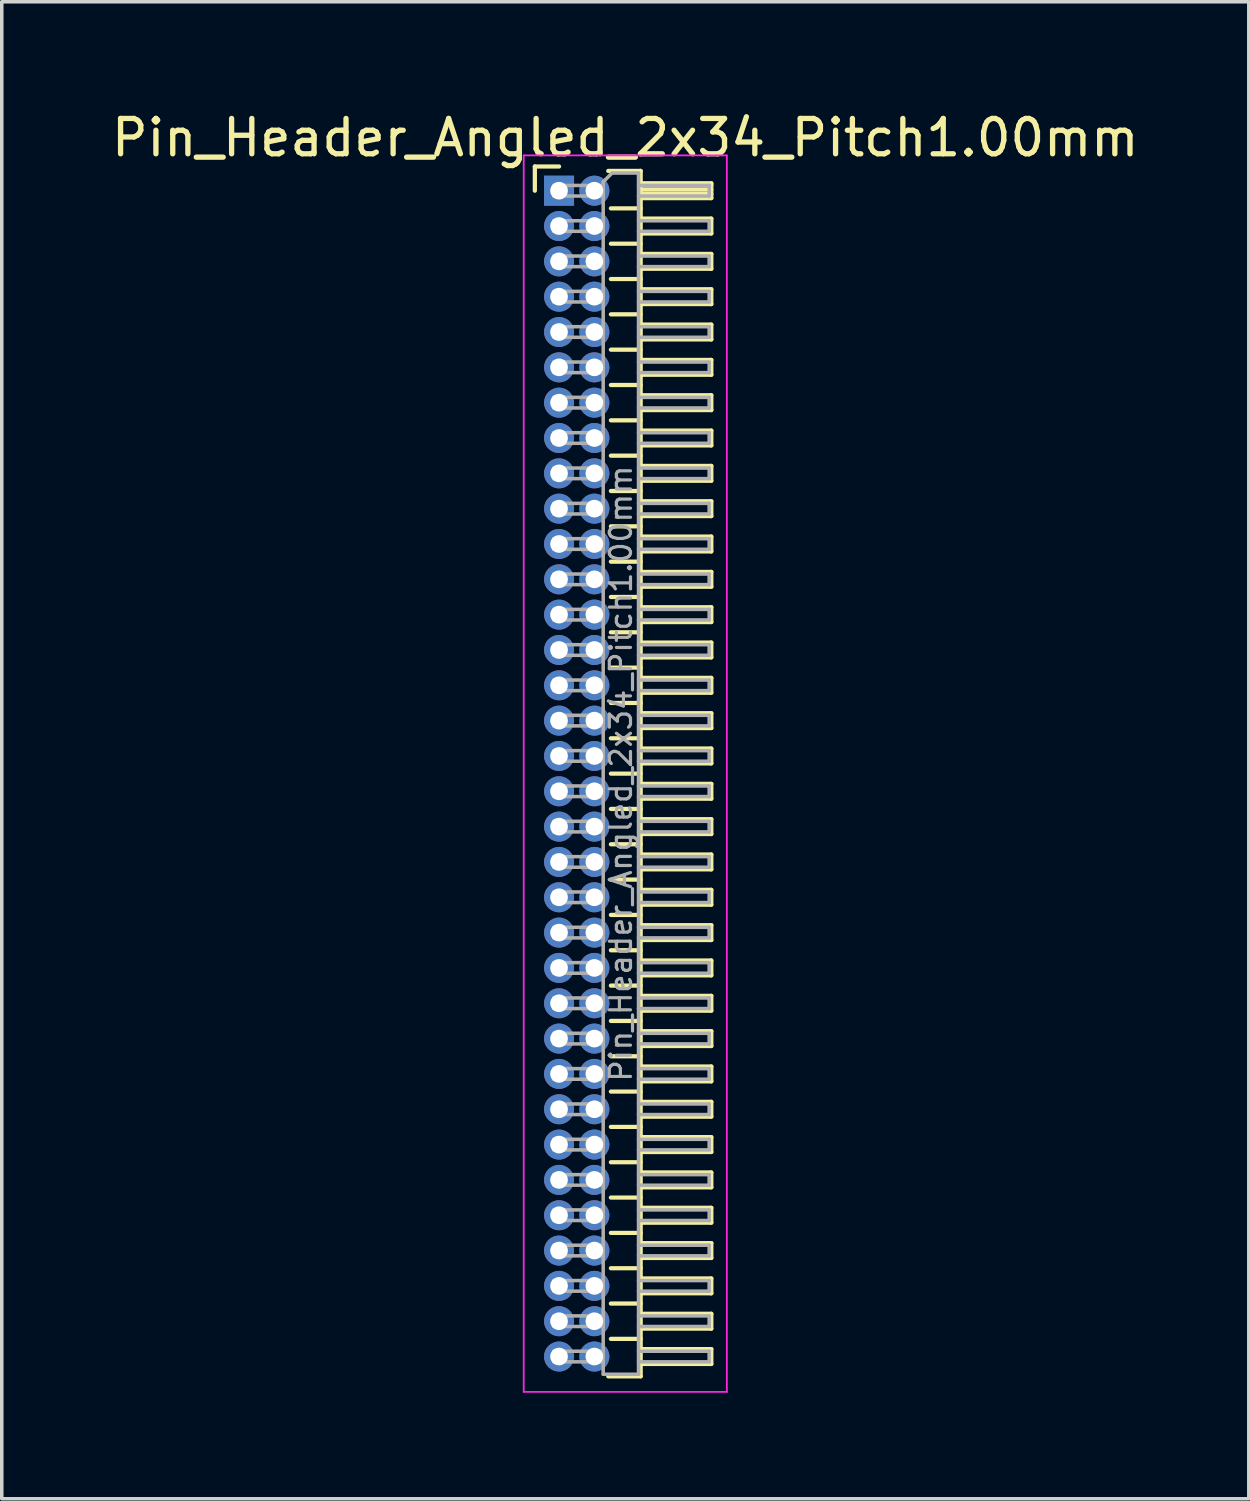
<source format=kicad_pcb>
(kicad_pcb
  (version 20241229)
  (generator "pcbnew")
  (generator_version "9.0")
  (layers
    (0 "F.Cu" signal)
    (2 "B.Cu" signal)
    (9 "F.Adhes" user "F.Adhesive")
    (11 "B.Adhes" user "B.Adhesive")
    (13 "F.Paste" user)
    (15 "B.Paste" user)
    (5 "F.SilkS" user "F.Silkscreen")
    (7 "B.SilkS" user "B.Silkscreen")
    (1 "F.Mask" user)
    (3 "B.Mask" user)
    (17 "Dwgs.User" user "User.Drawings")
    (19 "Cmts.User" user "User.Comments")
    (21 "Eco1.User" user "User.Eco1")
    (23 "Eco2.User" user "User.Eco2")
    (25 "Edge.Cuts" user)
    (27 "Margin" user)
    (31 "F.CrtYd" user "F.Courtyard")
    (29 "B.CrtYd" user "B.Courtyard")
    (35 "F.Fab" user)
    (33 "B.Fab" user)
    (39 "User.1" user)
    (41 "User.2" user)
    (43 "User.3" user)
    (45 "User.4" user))
  (footprint "Pin_Header_Angled_2x34_Pitch1.00mm"
    (layer "F.Cu")
    (at 12.774 2.348)
    (property "Reference" "Pin_Header_Angled_2x34_Pitch1.00mm" (at 1.875 -1.5 0) (layer "F.SilkS") (effects (font (size 1 1) (thickness 0.15))))
    (attr through_hole)
    (fp_line (start -0.685 -0.685) (end 0 -0.685) (stroke (width 0.12) (type solid)) (layer "F.SilkS"))
    (fp_line (start -0.685 0) (end -0.685 -0.685) (stroke (width 0.12) (type solid)) (layer "F.SilkS"))
    (fp_line (start 1.394 -0.56) (end 2.31 -0.56) (stroke (width 0.12) (type solid)) (layer "F.SilkS"))
    (fp_line (start 1.468 0.5) (end 2.31 0.5) (stroke (width 0.12) (type solid)) (layer "F.SilkS"))
    (fp_line (start 1.468 1.5) (end 2.31 1.5) (stroke (width 0.12) (type solid)) (layer "F.SilkS"))
    (fp_line (start 1.468 2.5) (end 2.31 2.5) (stroke (width 0.12) (type solid)) (layer "F.SilkS"))
    (fp_line (start 1.468 3.5) (end 2.31 3.5) (stroke (width 0.12) (type solid)) (layer "F.SilkS"))
    (fp_line (start 1.468 4.5) (end 2.31 4.5) (stroke (width 0.12) (type solid)) (layer "F.SilkS"))
    (fp_line (start 1.468 5.5) (end 2.31 5.5) (stroke (width 0.12) (type solid)) (layer "F.SilkS"))
    (fp_line (start 1.468 6.5) (end 2.31 6.5) (stroke (width 0.12) (type solid)) (layer "F.SilkS"))
    (fp_line (start 1.468 7.5) (end 2.31 7.5) (stroke (width 0.12) (type solid)) (layer "F.SilkS"))
    (fp_line (start 1.468 8.5) (end 2.31 8.5) (stroke (width 0.12) (type solid)) (layer "F.SilkS"))
    (fp_line (start 1.468 9.5) (end 2.31 9.5) (stroke (width 0.12) (type solid)) (layer "F.SilkS"))
    (fp_line (start 1.468 10.5) (end 2.31 10.5) (stroke (width 0.12) (type solid)) (layer "F.SilkS"))
    (fp_line (start 1.468 11.5) (end 2.31 11.5) (stroke (width 0.12) (type solid)) (layer "F.SilkS"))
    (fp_line (start 1.468 12.5) (end 2.31 12.5) (stroke (width 0.12) (type solid)) (layer "F.SilkS"))
    (fp_line (start 1.468 13.5) (end 2.31 13.5) (stroke (width 0.12) (type solid)) (layer "F.SilkS"))
    (fp_line (start 1.468 14.5) (end 2.31 14.5) (stroke (width 0.12) (type solid)) (layer "F.SilkS"))
    (fp_line (start 1.468 15.5) (end 2.31 15.5) (stroke (width 0.12) (type solid)) (layer "F.SilkS"))
    (fp_line (start 1.468 16.5) (end 2.31 16.5) (stroke (width 0.12) (type solid)) (layer "F.SilkS"))
    (fp_line (start 1.468 17.5) (end 2.31 17.5) (stroke (width 0.12) (type solid)) (layer "F.SilkS"))
    (fp_line (start 1.468 18.5) (end 2.31 18.5) (stroke (width 0.12) (type solid)) (layer "F.SilkS"))
    (fp_line (start 1.468 19.5) (end 2.31 19.5) (stroke (width 0.12) (type solid)) (layer "F.SilkS"))
    (fp_line (start 1.468 20.5) (end 2.31 20.5) (stroke (width 0.12) (type solid)) (layer "F.SilkS"))
    (fp_line (start 1.468 21.5) (end 2.31 21.5) (stroke (width 0.12) (type solid)) (layer "F.SilkS"))
    (fp_line (start 1.468 22.5) (end 2.31 22.5) (stroke (width 0.12) (type solid)) (layer "F.SilkS"))
    (fp_line (start 1.468 23.5) (end 2.31 23.5) (stroke (width 0.12) (type solid)) (layer "F.SilkS"))
    (fp_line (start 1.468 24.5) (end 2.31 24.5) (stroke (width 0.12) (type solid)) (layer "F.SilkS"))
    (fp_line (start 1.468 25.5) (end 2.31 25.5) (stroke (width 0.12) (type solid)) (layer "F.SilkS"))
    (fp_line (start 1.468 26.5) (end 2.31 26.5) (stroke (width 0.12) (type solid)) (layer "F.SilkS"))
    (fp_line (start 1.468 27.5) (end 2.31 27.5) (stroke (width 0.12) (type solid)) (layer "F.SilkS"))
    (fp_line (start 1.468 28.5) (end 2.31 28.5) (stroke (width 0.12) (type solid)) (layer "F.SilkS"))
    (fp_line (start 1.468 29.5) (end 2.31 29.5) (stroke (width 0.12) (type solid)) (layer "F.SilkS"))
    (fp_line (start 1.468 30.5) (end 2.31 30.5) (stroke (width 0.12) (type solid)) (layer "F.SilkS"))
    (fp_line (start 1.468 31.5) (end 2.31 31.5) (stroke (width 0.12) (type solid)) (layer "F.SilkS"))
    (fp_line (start 1.468 32.5) (end 2.31 32.5) (stroke (width 0.12) (type solid)) (layer "F.SilkS"))
    (fp_line (start 2.31 -0.56) (end 2.31 33.56) (stroke (width 0.12) (type solid)) (layer "F.SilkS"))
    (fp_line (start 2.31 -0.21) (end 4.31 -0.21) (stroke (width 0.12) (type solid)) (layer "F.SilkS"))
    (fp_line (start 2.31 -0.15) (end 4.31 -0.15) (stroke (width 0.12) (type solid)) (layer "F.SilkS"))
    (fp_line (start 2.31 -0.03) (end 4.31 -0.03) (stroke (width 0.12) (type solid)) (layer "F.SilkS"))
    (fp_line (start 2.31 0.09) (end 4.31 0.09) (stroke (width 0.12) (type solid)) (layer "F.SilkS"))
    (fp_line (start 2.31 0.79) (end 4.31 0.79) (stroke (width 0.12) (type solid)) (layer "F.SilkS"))
    (fp_line (start 2.31 1.79) (end 4.31 1.79) (stroke (width 0.12) (type solid)) (layer "F.SilkS"))
    (fp_line (start 2.31 2.79) (end 4.31 2.79) (stroke (width 0.12) (type solid)) (layer "F.SilkS"))
    (fp_line (start 2.31 3.79) (end 4.31 3.79) (stroke (width 0.12) (type solid)) (layer "F.SilkS"))
    (fp_line (start 2.31 4.79) (end 4.31 4.79) (stroke (width 0.12) (type solid)) (layer "F.SilkS"))
    (fp_line (start 2.31 5.79) (end 4.31 5.79) (stroke (width 0.12) (type solid)) (layer "F.SilkS"))
    (fp_line (start 2.31 6.79) (end 4.31 6.79) (stroke (width 0.12) (type solid)) (layer "F.SilkS"))
    (fp_line (start 2.31 7.79) (end 4.31 7.79) (stroke (width 0.12) (type solid)) (layer "F.SilkS"))
    (fp_line (start 2.31 8.79) (end 4.31 8.79) (stroke (width 0.12) (type solid)) (layer "F.SilkS"))
    (fp_line (start 2.31 9.79) (end 4.31 9.79) (stroke (width 0.12) (type solid)) (layer "F.SilkS"))
    (fp_line (start 2.31 10.79) (end 4.31 10.79) (stroke (width 0.12) (type solid)) (layer "F.SilkS"))
    (fp_line (start 2.31 11.79) (end 4.31 11.79) (stroke (width 0.12) (type solid)) (layer "F.SilkS"))
    (fp_line (start 2.31 12.79) (end 4.31 12.79) (stroke (width 0.12) (type solid)) (layer "F.SilkS"))
    (fp_line (start 2.31 13.79) (end 4.31 13.79) (stroke (width 0.12) (type solid)) (layer "F.SilkS"))
    (fp_line (start 2.31 14.79) (end 4.31 14.79) (stroke (width 0.12) (type solid)) (layer "F.SilkS"))
    (fp_line (start 2.31 15.79) (end 4.31 15.79) (stroke (width 0.12) (type solid)) (layer "F.SilkS"))
    (fp_line (start 2.31 16.79) (end 4.31 16.79) (stroke (width 0.12) (type solid)) (layer "F.SilkS"))
    (fp_line (start 2.31 17.79) (end 4.31 17.79) (stroke (width 0.12) (type solid)) (layer "F.SilkS"))
    (fp_line (start 2.31 18.79) (end 4.31 18.79) (stroke (width 0.12) (type solid)) (layer "F.SilkS"))
    (fp_line (start 2.31 19.79) (end 4.31 19.79) (stroke (width 0.12) (type solid)) (layer "F.SilkS"))
    (fp_line (start 2.31 20.79) (end 4.31 20.79) (stroke (width 0.12) (type solid)) (layer "F.SilkS"))
    (fp_line (start 2.31 21.79) (end 4.31 21.79) (stroke (width 0.12) (type solid)) (layer "F.SilkS"))
    (fp_line (start 2.31 22.79) (end 4.31 22.79) (stroke (width 0.12) (type solid)) (layer "F.SilkS"))
    (fp_line (start 2.31 23.79) (end 4.31 23.79) (stroke (width 0.12) (type solid)) (layer "F.SilkS"))
    (fp_line (start 2.31 24.79) (end 4.31 24.79) (stroke (width 0.12) (type solid)) (layer "F.SilkS"))
    (fp_line (start 2.31 25.79) (end 4.31 25.79) (stroke (width 0.12) (type solid)) (layer "F.SilkS"))
    (fp_line (start 2.31 26.79) (end 4.31 26.79) (stroke (width 0.12) (type solid)) (layer "F.SilkS"))
    (fp_line (start 2.31 27.79) (end 4.31 27.79) (stroke (width 0.12) (type solid)) (layer "F.SilkS"))
    (fp_line (start 2.31 28.79) (end 4.31 28.79) (stroke (width 0.12) (type solid)) (layer "F.SilkS"))
    (fp_line (start 2.31 29.79) (end 4.31 29.79) (stroke (width 0.12) (type solid)) (layer "F.SilkS"))
    (fp_line (start 2.31 30.79) (end 4.31 30.79) (stroke (width 0.12) (type solid)) (layer "F.SilkS"))
    (fp_line (start 2.31 31.79) (end 4.31 31.79) (stroke (width 0.12) (type solid)) (layer "F.SilkS"))
    (fp_line (start 2.31 32.79) (end 4.31 32.79) (stroke (width 0.12) (type solid)) (layer "F.SilkS"))
    (fp_line (start 2.31 33.56) (end 1.394 33.56) (stroke (width 0.12) (type solid)) (layer "F.SilkS"))
    (fp_line (start 4.31 -0.21) (end 4.31 0.21) (stroke (width 0.12) (type solid)) (layer "F.SilkS"))
    (fp_line (start 4.31 0.21) (end 2.31 0.21) (stroke (width 0.12) (type solid)) (layer "F.SilkS"))
    (fp_line (start 4.31 0.79) (end 4.31 1.21) (stroke (width 0.12) (type solid)) (layer "F.SilkS"))
    (fp_line (start 4.31 1.21) (end 2.31 1.21) (stroke (width 0.12) (type solid)) (layer "F.SilkS"))
    (fp_line (start 4.31 1.79) (end 4.31 2.21) (stroke (width 0.12) (type solid)) (layer "F.SilkS"))
    (fp_line (start 4.31 2.21) (end 2.31 2.21) (stroke (width 0.12) (type solid)) (layer "F.SilkS"))
    (fp_line (start 4.31 2.79) (end 4.31 3.21) (stroke (width 0.12) (type solid)) (layer "F.SilkS"))
    (fp_line (start 4.31 3.21) (end 2.31 3.21) (stroke (width 0.12) (type solid)) (layer "F.SilkS"))
    (fp_line (start 4.31 3.79) (end 4.31 4.21) (stroke (width 0.12) (type solid)) (layer "F.SilkS"))
    (fp_line (start 4.31 4.21) (end 2.31 4.21) (stroke (width 0.12) (type solid)) (layer "F.SilkS"))
    (fp_line (start 4.31 4.79) (end 4.31 5.21) (stroke (width 0.12) (type solid)) (layer "F.SilkS"))
    (fp_line (start 4.31 5.21) (end 2.31 5.21) (stroke (width 0.12) (type solid)) (layer "F.SilkS"))
    (fp_line (start 4.31 5.79) (end 4.31 6.21) (stroke (width 0.12) (type solid)) (layer "F.SilkS"))
    (fp_line (start 4.31 6.21) (end 2.31 6.21) (stroke (width 0.12) (type solid)) (layer "F.SilkS"))
    (fp_line (start 4.31 6.79) (end 4.31 7.21) (stroke (width 0.12) (type solid)) (layer "F.SilkS"))
    (fp_line (start 4.31 7.21) (end 2.31 7.21) (stroke (width 0.12) (type solid)) (layer "F.SilkS"))
    (fp_line (start 4.31 7.79) (end 4.31 8.21) (stroke (width 0.12) (type solid)) (layer "F.SilkS"))
    (fp_line (start 4.31 8.21) (end 2.31 8.21) (stroke (width 0.12) (type solid)) (layer "F.SilkS"))
    (fp_line (start 4.31 8.79) (end 4.31 9.21) (stroke (width 0.12) (type solid)) (layer "F.SilkS"))
    (fp_line (start 4.31 9.21) (end 2.31 9.21) (stroke (width 0.12) (type solid)) (layer "F.SilkS"))
    (fp_line (start 4.31 9.79) (end 4.31 10.21) (stroke (width 0.12) (type solid)) (layer "F.SilkS"))
    (fp_line (start 4.31 10.21) (end 2.31 10.21) (stroke (width 0.12) (type solid)) (layer "F.SilkS"))
    (fp_line (start 4.31 10.79) (end 4.31 11.21) (stroke (width 0.12) (type solid)) (layer "F.SilkS"))
    (fp_line (start 4.31 11.21) (end 2.31 11.21) (stroke (width 0.12) (type solid)) (layer "F.SilkS"))
    (fp_line (start 4.31 11.79) (end 4.31 12.21) (stroke (width 0.12) (type solid)) (layer "F.SilkS"))
    (fp_line (start 4.31 12.21) (end 2.31 12.21) (stroke (width 0.12) (type solid)) (layer "F.SilkS"))
    (fp_line (start 4.31 12.79) (end 4.31 13.21) (stroke (width 0.12) (type solid)) (layer "F.SilkS"))
    (fp_line (start 4.31 13.21) (end 2.31 13.21) (stroke (width 0.12) (type solid)) (layer "F.SilkS"))
    (fp_line (start 4.31 13.79) (end 4.31 14.21) (stroke (width 0.12) (type solid)) (layer "F.SilkS"))
    (fp_line (start 4.31 14.21) (end 2.31 14.21) (stroke (width 0.12) (type solid)) (layer "F.SilkS"))
    (fp_line (start 4.31 14.79) (end 4.31 15.21) (stroke (width 0.12) (type solid)) (layer "F.SilkS"))
    (fp_line (start 4.31 15.21) (end 2.31 15.21) (stroke (width 0.12) (type solid)) (layer "F.SilkS"))
    (fp_line (start 4.31 15.79) (end 4.31 16.21) (stroke (width 0.12) (type solid)) (layer "F.SilkS"))
    (fp_line (start 4.31 16.21) (end 2.31 16.21) (stroke (width 0.12) (type solid)) (layer "F.SilkS"))
    (fp_line (start 4.31 16.79) (end 4.31 17.21) (stroke (width 0.12) (type solid)) (layer "F.SilkS"))
    (fp_line (start 4.31 17.21) (end 2.31 17.21) (stroke (width 0.12) (type solid)) (layer "F.SilkS"))
    (fp_line (start 4.31 17.79) (end 4.31 18.21) (stroke (width 0.12) (type solid)) (layer "F.SilkS"))
    (fp_line (start 4.31 18.21) (end 2.31 18.21) (stroke (width 0.12) (type solid)) (layer "F.SilkS"))
    (fp_line (start 4.31 18.79) (end 4.31 19.21) (stroke (width 0.12) (type solid)) (layer "F.SilkS"))
    (fp_line (start 4.31 19.21) (end 2.31 19.21) (stroke (width 0.12) (type solid)) (layer "F.SilkS"))
    (fp_line (start 4.31 19.79) (end 4.31 20.21) (stroke (width 0.12) (type solid)) (layer "F.SilkS"))
    (fp_line (start 4.31 20.21) (end 2.31 20.21) (stroke (width 0.12) (type solid)) (layer "F.SilkS"))
    (fp_line (start 4.31 20.79) (end 4.31 21.21) (stroke (width 0.12) (type solid)) (layer "F.SilkS"))
    (fp_line (start 4.31 21.21) (end 2.31 21.21) (stroke (width 0.12) (type solid)) (layer "F.SilkS"))
    (fp_line (start 4.31 21.79) (end 4.31 22.21) (stroke (width 0.12) (type solid)) (layer "F.SilkS"))
    (fp_line (start 4.31 22.21) (end 2.31 22.21) (stroke (width 0.12) (type solid)) (layer "F.SilkS"))
    (fp_line (start 4.31 22.79) (end 4.31 23.21) (stroke (width 0.12) (type solid)) (layer "F.SilkS"))
    (fp_line (start 4.31 23.21) (end 2.31 23.21) (stroke (width 0.12) (type solid)) (layer "F.SilkS"))
    (fp_line (start 4.31 23.79) (end 4.31 24.21) (stroke (width 0.12) (type solid)) (layer "F.SilkS"))
    (fp_line (start 4.31 24.21) (end 2.31 24.21) (stroke (width 0.12) (type solid)) (layer "F.SilkS"))
    (fp_line (start 4.31 24.79) (end 4.31 25.21) (stroke (width 0.12) (type solid)) (layer "F.SilkS"))
    (fp_line (start 4.31 25.21) (end 2.31 25.21) (stroke (width 0.12) (type solid)) (layer "F.SilkS"))
    (fp_line (start 4.31 25.79) (end 4.31 26.21) (stroke (width 0.12) (type solid)) (layer "F.SilkS"))
    (fp_line (start 4.31 26.21) (end 2.31 26.21) (stroke (width 0.12) (type solid)) (layer "F.SilkS"))
    (fp_line (start 4.31 26.79) (end 4.31 27.21) (stroke (width 0.12) (type solid)) (layer "F.SilkS"))
    (fp_line (start 4.31 27.21) (end 2.31 27.21) (stroke (width 0.12) (type solid)) (layer "F.SilkS"))
    (fp_line (start 4.31 27.79) (end 4.31 28.21) (stroke (width 0.12) (type solid)) (layer "F.SilkS"))
    (fp_line (start 4.31 28.21) (end 2.31 28.21) (stroke (width 0.12) (type solid)) (layer "F.SilkS"))
    (fp_line (start 4.31 28.79) (end 4.31 29.21) (stroke (width 0.12) (type solid)) (layer "F.SilkS"))
    (fp_line (start 4.31 29.21) (end 2.31 29.21) (stroke (width 0.12) (type solid)) (layer "F.SilkS"))
    (fp_line (start 4.31 29.79) (end 4.31 30.21) (stroke (width 0.12) (type solid)) (layer "F.SilkS"))
    (fp_line (start 4.31 30.21) (end 2.31 30.21) (stroke (width 0.12) (type solid)) (layer "F.SilkS"))
    (fp_line (start 4.31 30.79) (end 4.31 31.21) (stroke (width 0.12) (type solid)) (layer "F.SilkS"))
    (fp_line (start 4.31 31.21) (end 2.31 31.21) (stroke (width 0.12) (type solid)) (layer "F.SilkS"))
    (fp_line (start 4.31 31.79) (end 4.31 32.21) (stroke (width 0.12) (type solid)) (layer "F.SilkS"))
    (fp_line (start 4.31 32.21) (end 2.31 32.21) (stroke (width 0.12) (type solid)) (layer "F.SilkS"))
    (fp_line (start 4.31 32.79) (end 4.31 33.21) (stroke (width 0.12) (type solid)) (layer "F.SilkS"))
    (fp_line (start 4.31 33.21) (end 2.31 33.21) (stroke (width 0.12) (type solid)) (layer "F.SilkS"))
    (fp_line (start -1 -1) (end -1 34) (stroke (width 0.05) (type solid)) (layer "F.CrtYd"))
    (fp_line (start -1 34) (end 4.75 34) (stroke (width 0.05) (type solid)) (layer "F.CrtYd"))
    (fp_line (start 4.75 -1) (end -1 -1) (stroke (width 0.05) (type solid)) (layer "F.CrtYd"))
    (fp_line (start 4.75 34) (end 4.75 -1) (stroke (width 0.05) (type solid)) (layer "F.CrtYd"))
    (fp_line (start -0.15 -0.15) (end -0.15 0.15) (stroke (width 0.1) (type solid)) (layer "F.Fab"))
    (fp_line (start -0.15 -0.15) (end 1.25 -0.15) (stroke (width 0.1) (type solid)) (layer "F.Fab"))
    (fp_line (start -0.15 0.15) (end 1.25 0.15) (stroke (width 0.1) (type solid)) (layer "F.Fab"))
    (fp_line (start -0.15 0.85) (end -0.15 1.15) (stroke (width 0.1) (type solid)) (layer "F.Fab"))
    (fp_line (start -0.15 0.85) (end 1.25 0.85) (stroke (width 0.1) (type solid)) (layer "F.Fab"))
    (fp_line (start -0.15 1.15) (end 1.25 1.15) (stroke (width 0.1) (type solid)) (layer "F.Fab"))
    (fp_line (start -0.15 1.85) (end -0.15 2.15) (stroke (width 0.1) (type solid)) (layer "F.Fab"))
    (fp_line (start -0.15 1.85) (end 1.25 1.85) (stroke (width 0.1) (type solid)) (layer "F.Fab"))
    (fp_line (start -0.15 2.15) (end 1.25 2.15) (stroke (width 0.1) (type solid)) (layer "F.Fab"))
    (fp_line (start -0.15 2.85) (end -0.15 3.15) (stroke (width 0.1) (type solid)) (layer "F.Fab"))
    (fp_line (start -0.15 2.85) (end 1.25 2.85) (stroke (width 0.1) (type solid)) (layer "F.Fab"))
    (fp_line (start -0.15 3.15) (end 1.25 3.15) (stroke (width 0.1) (type solid)) (layer "F.Fab"))
    (fp_line (start -0.15 3.85) (end -0.15 4.15) (stroke (width 0.1) (type solid)) (layer "F.Fab"))
    (fp_line (start -0.15 3.85) (end 1.25 3.85) (stroke (width 0.1) (type solid)) (layer "F.Fab"))
    (fp_line (start -0.15 4.15) (end 1.25 4.15) (stroke (width 0.1) (type solid)) (layer "F.Fab"))
    (fp_line (start -0.15 4.85) (end -0.15 5.15) (stroke (width 0.1) (type solid)) (layer "F.Fab"))
    (fp_line (start -0.15 4.85) (end 1.25 4.85) (stroke (width 0.1) (type solid)) (layer "F.Fab"))
    (fp_line (start -0.15 5.15) (end 1.25 5.15) (stroke (width 0.1) (type solid)) (layer "F.Fab"))
    (fp_line (start -0.15 5.85) (end -0.15 6.15) (stroke (width 0.1) (type solid)) (layer "F.Fab"))
    (fp_line (start -0.15 5.85) (end 1.25 5.85) (stroke (width 0.1) (type solid)) (layer "F.Fab"))
    (fp_line (start -0.15 6.15) (end 1.25 6.15) (stroke (width 0.1) (type solid)) (layer "F.Fab"))
    (fp_line (start -0.15 6.85) (end -0.15 7.15) (stroke (width 0.1) (type solid)) (layer "F.Fab"))
    (fp_line (start -0.15 6.85) (end 1.25 6.85) (stroke (width 0.1) (type solid)) (layer "F.Fab"))
    (fp_line (start -0.15 7.15) (end 1.25 7.15) (stroke (width 0.1) (type solid)) (layer "F.Fab"))
    (fp_line (start -0.15 7.85) (end -0.15 8.15) (stroke (width 0.1) (type solid)) (layer "F.Fab"))
    (fp_line (start -0.15 7.85) (end 1.25 7.85) (stroke (width 0.1) (type solid)) (layer "F.Fab"))
    (fp_line (start -0.15 8.15) (end 1.25 8.15) (stroke (width 0.1) (type solid)) (layer "F.Fab"))
    (fp_line (start -0.15 8.85) (end -0.15 9.15) (stroke (width 0.1) (type solid)) (layer "F.Fab"))
    (fp_line (start -0.15 8.85) (end 1.25 8.85) (stroke (width 0.1) (type solid)) (layer "F.Fab"))
    (fp_line (start -0.15 9.15) (end 1.25 9.15) (stroke (width 0.1) (type solid)) (layer "F.Fab"))
    (fp_line (start -0.15 9.85) (end -0.15 10.15) (stroke (width 0.1) (type solid)) (layer "F.Fab"))
    (fp_line (start -0.15 9.85) (end 1.25 9.85) (stroke (width 0.1) (type solid)) (layer "F.Fab"))
    (fp_line (start -0.15 10.15) (end 1.25 10.15) (stroke (width 0.1) (type solid)) (layer "F.Fab"))
    (fp_line (start -0.15 10.85) (end -0.15 11.15) (stroke (width 0.1) (type solid)) (layer "F.Fab"))
    (fp_line (start -0.15 10.85) (end 1.25 10.85) (stroke (width 0.1) (type solid)) (layer "F.Fab"))
    (fp_line (start -0.15 11.15) (end 1.25 11.15) (stroke (width 0.1) (type solid)) (layer "F.Fab"))
    (fp_line (start -0.15 11.85) (end -0.15 12.15) (stroke (width 0.1) (type solid)) (layer "F.Fab"))
    (fp_line (start -0.15 11.85) (end 1.25 11.85) (stroke (width 0.1) (type solid)) (layer "F.Fab"))
    (fp_line (start -0.15 12.15) (end 1.25 12.15) (stroke (width 0.1) (type solid)) (layer "F.Fab"))
    (fp_line (start -0.15 12.85) (end -0.15 13.15) (stroke (width 0.1) (type solid)) (layer "F.Fab"))
    (fp_line (start -0.15 12.85) (end 1.25 12.85) (stroke (width 0.1) (type solid)) (layer "F.Fab"))
    (fp_line (start -0.15 13.15) (end 1.25 13.15) (stroke (width 0.1) (type solid)) (layer "F.Fab"))
    (fp_line (start -0.15 13.85) (end -0.15 14.15) (stroke (width 0.1) (type solid)) (layer "F.Fab"))
    (fp_line (start -0.15 13.85) (end 1.25 13.85) (stroke (width 0.1) (type solid)) (layer "F.Fab"))
    (fp_line (start -0.15 14.15) (end 1.25 14.15) (stroke (width 0.1) (type solid)) (layer "F.Fab"))
    (fp_line (start -0.15 14.85) (end -0.15 15.15) (stroke (width 0.1) (type solid)) (layer "F.Fab"))
    (fp_line (start -0.15 14.85) (end 1.25 14.85) (stroke (width 0.1) (type solid)) (layer "F.Fab"))
    (fp_line (start -0.15 15.15) (end 1.25 15.15) (stroke (width 0.1) (type solid)) (layer "F.Fab"))
    (fp_line (start -0.15 15.85) (end -0.15 16.15) (stroke (width 0.1) (type solid)) (layer "F.Fab"))
    (fp_line (start -0.15 15.85) (end 1.25 15.85) (stroke (width 0.1) (type solid)) (layer "F.Fab"))
    (fp_line (start -0.15 16.15) (end 1.25 16.15) (stroke (width 0.1) (type solid)) (layer "F.Fab"))
    (fp_line (start -0.15 16.85) (end -0.15 17.15) (stroke (width 0.1) (type solid)) (layer "F.Fab"))
    (fp_line (start -0.15 16.85) (end 1.25 16.85) (stroke (width 0.1) (type solid)) (layer "F.Fab"))
    (fp_line (start -0.15 17.15) (end 1.25 17.15) (stroke (width 0.1) (type solid)) (layer "F.Fab"))
    (fp_line (start -0.15 17.85) (end -0.15 18.15) (stroke (width 0.1) (type solid)) (layer "F.Fab"))
    (fp_line (start -0.15 17.85) (end 1.25 17.85) (stroke (width 0.1) (type solid)) (layer "F.Fab"))
    (fp_line (start -0.15 18.15) (end 1.25 18.15) (stroke (width 0.1) (type solid)) (layer "F.Fab"))
    (fp_line (start -0.15 18.85) (end -0.15 19.15) (stroke (width 0.1) (type solid)) (layer "F.Fab"))
    (fp_line (start -0.15 18.85) (end 1.25 18.85) (stroke (width 0.1) (type solid)) (layer "F.Fab"))
    (fp_line (start -0.15 19.15) (end 1.25 19.15) (stroke (width 0.1) (type solid)) (layer "F.Fab"))
    (fp_line (start -0.15 19.85) (end -0.15 20.15) (stroke (width 0.1) (type solid)) (layer "F.Fab"))
    (fp_line (start -0.15 19.85) (end 1.25 19.85) (stroke (width 0.1) (type solid)) (layer "F.Fab"))
    (fp_line (start -0.15 20.15) (end 1.25 20.15) (stroke (width 0.1) (type solid)) (layer "F.Fab"))
    (fp_line (start -0.15 20.85) (end -0.15 21.15) (stroke (width 0.1) (type solid)) (layer "F.Fab"))
    (fp_line (start -0.15 20.85) (end 1.25 20.85) (stroke (width 0.1) (type solid)) (layer "F.Fab"))
    (fp_line (start -0.15 21.15) (end 1.25 21.15) (stroke (width 0.1) (type solid)) (layer "F.Fab"))
    (fp_line (start -0.15 21.85) (end -0.15 22.15) (stroke (width 0.1) (type solid)) (layer "F.Fab"))
    (fp_line (start -0.15 21.85) (end 1.25 21.85) (stroke (width 0.1) (type solid)) (layer "F.Fab"))
    (fp_line (start -0.15 22.15) (end 1.25 22.15) (stroke (width 0.1) (type solid)) (layer "F.Fab"))
    (fp_line (start -0.15 22.85) (end -0.15 23.15) (stroke (width 0.1) (type solid)) (layer "F.Fab"))
    (fp_line (start -0.15 22.85) (end 1.25 22.85) (stroke (width 0.1) (type solid)) (layer "F.Fab"))
    (fp_line (start -0.15 23.15) (end 1.25 23.15) (stroke (width 0.1) (type solid)) (layer "F.Fab"))
    (fp_line (start -0.15 23.85) (end -0.15 24.15) (stroke (width 0.1) (type solid)) (layer "F.Fab"))
    (fp_line (start -0.15 23.85) (end 1.25 23.85) (stroke (width 0.1) (type solid)) (layer "F.Fab"))
    (fp_line (start -0.15 24.15) (end 1.25 24.15) (stroke (width 0.1) (type solid)) (layer "F.Fab"))
    (fp_line (start -0.15 24.85) (end -0.15 25.15) (stroke (width 0.1) (type solid)) (layer "F.Fab"))
    (fp_line (start -0.15 24.85) (end 1.25 24.85) (stroke (width 0.1) (type solid)) (layer "F.Fab"))
    (fp_line (start -0.15 25.15) (end 1.25 25.15) (stroke (width 0.1) (type solid)) (layer "F.Fab"))
    (fp_line (start -0.15 25.85) (end -0.15 26.15) (stroke (width 0.1) (type solid)) (layer "F.Fab"))
    (fp_line (start -0.15 25.85) (end 1.25 25.85) (stroke (width 0.1) (type solid)) (layer "F.Fab"))
    (fp_line (start -0.15 26.15) (end 1.25 26.15) (stroke (width 0.1) (type solid)) (layer "F.Fab"))
    (fp_line (start -0.15 26.85) (end -0.15 27.15) (stroke (width 0.1) (type solid)) (layer "F.Fab"))
    (fp_line (start -0.15 26.85) (end 1.25 26.85) (stroke (width 0.1) (type solid)) (layer "F.Fab"))
    (fp_line (start -0.15 27.15) (end 1.25 27.15) (stroke (width 0.1) (type solid)) (layer "F.Fab"))
    (fp_line (start -0.15 27.85) (end -0.15 28.15) (stroke (width 0.1) (type solid)) (layer "F.Fab"))
    (fp_line (start -0.15 27.85) (end 1.25 27.85) (stroke (width 0.1) (type solid)) (layer "F.Fab"))
    (fp_line (start -0.15 28.15) (end 1.25 28.15) (stroke (width 0.1) (type solid)) (layer "F.Fab"))
    (fp_line (start -0.15 28.85) (end -0.15 29.15) (stroke (width 0.1) (type solid)) (layer "F.Fab"))
    (fp_line (start -0.15 28.85) (end 1.25 28.85) (stroke (width 0.1) (type solid)) (layer "F.Fab"))
    (fp_line (start -0.15 29.15) (end 1.25 29.15) (stroke (width 0.1) (type solid)) (layer "F.Fab"))
    (fp_line (start -0.15 29.85) (end -0.15 30.15) (stroke (width 0.1) (type solid)) (layer "F.Fab"))
    (fp_line (start -0.15 29.85) (end 1.25 29.85) (stroke (width 0.1) (type solid)) (layer "F.Fab"))
    (fp_line (start -0.15 30.15) (end 1.25 30.15) (stroke (width 0.1) (type solid)) (layer "F.Fab"))
    (fp_line (start -0.15 30.85) (end -0.15 31.15) (stroke (width 0.1) (type solid)) (layer "F.Fab"))
    (fp_line (start -0.15 30.85) (end 1.25 30.85) (stroke (width 0.1) (type solid)) (layer "F.Fab"))
    (fp_line (start -0.15 31.15) (end 1.25 31.15) (stroke (width 0.1) (type solid)) (layer "F.Fab"))
    (fp_line (start -0.15 31.85) (end -0.15 32.15) (stroke (width 0.1) (type solid)) (layer "F.Fab"))
    (fp_line (start -0.15 31.85) (end 1.25 31.85) (stroke (width 0.1) (type solid)) (layer "F.Fab"))
    (fp_line (start -0.15 32.15) (end 1.25 32.15) (stroke (width 0.1) (type solid)) (layer "F.Fab"))
    (fp_line (start -0.15 32.85) (end -0.15 33.15) (stroke (width 0.1) (type solid)) (layer "F.Fab"))
    (fp_line (start -0.15 32.85) (end 1.25 32.85) (stroke (width 0.1) (type solid)) (layer "F.Fab"))
    (fp_line (start -0.15 33.15) (end 1.25 33.15) (stroke (width 0.1) (type solid)) (layer "F.Fab"))
    (fp_line (start 1.25 -0.25) (end 1.5 -0.5) (stroke (width 0.1) (type solid)) (layer "F.Fab"))
    (fp_line (start 1.25 33.5) (end 1.25 -0.25) (stroke (width 0.1) (type solid)) (layer "F.Fab"))
    (fp_line (start 1.5 -0.5) (end 2.25 -0.5) (stroke (width 0.1) (type solid)) (layer "F.Fab"))
    (fp_line (start 2.25 -0.5) (end 2.25 33.5) (stroke (width 0.1) (type solid)) (layer "F.Fab"))
    (fp_line (start 2.25 -0.15) (end 4.25 -0.15) (stroke (width 0.1) (type solid)) (layer "F.Fab"))
    (fp_line (start 2.25 0.15) (end 4.25 0.15) (stroke (width 0.1) (type solid)) (layer "F.Fab"))
    (fp_line (start 2.25 0.85) (end 4.25 0.85) (stroke (width 0.1) (type solid)) (layer "F.Fab"))
    (fp_line (start 2.25 1.15) (end 4.25 1.15) (stroke (width 0.1) (type solid)) (layer "F.Fab"))
    (fp_line (start 2.25 1.85) (end 4.25 1.85) (stroke (width 0.1) (type solid)) (layer "F.Fab"))
    (fp_line (start 2.25 2.15) (end 4.25 2.15) (stroke (width 0.1) (type solid)) (layer "F.Fab"))
    (fp_line (start 2.25 2.85) (end 4.25 2.85) (stroke (width 0.1) (type solid)) (layer "F.Fab"))
    (fp_line (start 2.25 3.15) (end 4.25 3.15) (stroke (width 0.1) (type solid)) (layer "F.Fab"))
    (fp_line (start 2.25 3.85) (end 4.25 3.85) (stroke (width 0.1) (type solid)) (layer "F.Fab"))
    (fp_line (start 2.25 4.15) (end 4.25 4.15) (stroke (width 0.1) (type solid)) (layer "F.Fab"))
    (fp_line (start 2.25 4.85) (end 4.25 4.85) (stroke (width 0.1) (type solid)) (layer "F.Fab"))
    (fp_line (start 2.25 5.15) (end 4.25 5.15) (stroke (width 0.1) (type solid)) (layer "F.Fab"))
    (fp_line (start 2.25 5.85) (end 4.25 5.85) (stroke (width 0.1) (type solid)) (layer "F.Fab"))
    (fp_line (start 2.25 6.15) (end 4.25 6.15) (stroke (width 0.1) (type solid)) (layer "F.Fab"))
    (fp_line (start 2.25 6.85) (end 4.25 6.85) (stroke (width 0.1) (type solid)) (layer "F.Fab"))
    (fp_line (start 2.25 7.15) (end 4.25 7.15) (stroke (width 0.1) (type solid)) (layer "F.Fab"))
    (fp_line (start 2.25 7.85) (end 4.25 7.85) (stroke (width 0.1) (type solid)) (layer "F.Fab"))
    (fp_line (start 2.25 8.15) (end 4.25 8.15) (stroke (width 0.1) (type solid)) (layer "F.Fab"))
    (fp_line (start 2.25 8.85) (end 4.25 8.85) (stroke (width 0.1) (type solid)) (layer "F.Fab"))
    (fp_line (start 2.25 9.15) (end 4.25 9.15) (stroke (width 0.1) (type solid)) (layer "F.Fab"))
    (fp_line (start 2.25 9.85) (end 4.25 9.85) (stroke (width 0.1) (type solid)) (layer "F.Fab"))
    (fp_line (start 2.25 10.15) (end 4.25 10.15) (stroke (width 0.1) (type solid)) (layer "F.Fab"))
    (fp_line (start 2.25 10.85) (end 4.25 10.85) (stroke (width 0.1) (type solid)) (layer "F.Fab"))
    (fp_line (start 2.25 11.15) (end 4.25 11.15) (stroke (width 0.1) (type solid)) (layer "F.Fab"))
    (fp_line (start 2.25 11.85) (end 4.25 11.85) (stroke (width 0.1) (type solid)) (layer "F.Fab"))
    (fp_line (start 2.25 12.15) (end 4.25 12.15) (stroke (width 0.1) (type solid)) (layer "F.Fab"))
    (fp_line (start 2.25 12.85) (end 4.25 12.85) (stroke (width 0.1) (type solid)) (layer "F.Fab"))
    (fp_line (start 2.25 13.15) (end 4.25 13.15) (stroke (width 0.1) (type solid)) (layer "F.Fab"))
    (fp_line (start 2.25 13.85) (end 4.25 13.85) (stroke (width 0.1) (type solid)) (layer "F.Fab"))
    (fp_line (start 2.25 14.15) (end 4.25 14.15) (stroke (width 0.1) (type solid)) (layer "F.Fab"))
    (fp_line (start 2.25 14.85) (end 4.25 14.85) (stroke (width 0.1) (type solid)) (layer "F.Fab"))
    (fp_line (start 2.25 15.15) (end 4.25 15.15) (stroke (width 0.1) (type solid)) (layer "F.Fab"))
    (fp_line (start 2.25 15.85) (end 4.25 15.85) (stroke (width 0.1) (type solid)) (layer "F.Fab"))
    (fp_line (start 2.25 16.15) (end 4.25 16.15) (stroke (width 0.1) (type solid)) (layer "F.Fab"))
    (fp_line (start 2.25 16.85) (end 4.25 16.85) (stroke (width 0.1) (type solid)) (layer "F.Fab"))
    (fp_line (start 2.25 17.15) (end 4.25 17.15) (stroke (width 0.1) (type solid)) (layer "F.Fab"))
    (fp_line (start 2.25 17.85) (end 4.25 17.85) (stroke (width 0.1) (type solid)) (layer "F.Fab"))
    (fp_line (start 2.25 18.15) (end 4.25 18.15) (stroke (width 0.1) (type solid)) (layer "F.Fab"))
    (fp_line (start 2.25 18.85) (end 4.25 18.85) (stroke (width 0.1) (type solid)) (layer "F.Fab"))
    (fp_line (start 2.25 19.15) (end 4.25 19.15) (stroke (width 0.1) (type solid)) (layer "F.Fab"))
    (fp_line (start 2.25 19.85) (end 4.25 19.85) (stroke (width 0.1) (type solid)) (layer "F.Fab"))
    (fp_line (start 2.25 20.15) (end 4.25 20.15) (stroke (width 0.1) (type solid)) (layer "F.Fab"))
    (fp_line (start 2.25 20.85) (end 4.25 20.85) (stroke (width 0.1) (type solid)) (layer "F.Fab"))
    (fp_line (start 2.25 21.15) (end 4.25 21.15) (stroke (width 0.1) (type solid)) (layer "F.Fab"))
    (fp_line (start 2.25 21.85) (end 4.25 21.85) (stroke (width 0.1) (type solid)) (layer "F.Fab"))
    (fp_line (start 2.25 22.15) (end 4.25 22.15) (stroke (width 0.1) (type solid)) (layer "F.Fab"))
    (fp_line (start 2.25 22.85) (end 4.25 22.85) (stroke (width 0.1) (type solid)) (layer "F.Fab"))
    (fp_line (start 2.25 23.15) (end 4.25 23.15) (stroke (width 0.1) (type solid)) (layer "F.Fab"))
    (fp_line (start 2.25 23.85) (end 4.25 23.85) (stroke (width 0.1) (type solid)) (layer "F.Fab"))
    (fp_line (start 2.25 24.15) (end 4.25 24.15) (stroke (width 0.1) (type solid)) (layer "F.Fab"))
    (fp_line (start 2.25 24.85) (end 4.25 24.85) (stroke (width 0.1) (type solid)) (layer "F.Fab"))
    (fp_line (start 2.25 25.15) (end 4.25 25.15) (stroke (width 0.1) (type solid)) (layer "F.Fab"))
    (fp_line (start 2.25 25.85) (end 4.25 25.85) (stroke (width 0.1) (type solid)) (layer "F.Fab"))
    (fp_line (start 2.25 26.15) (end 4.25 26.15) (stroke (width 0.1) (type solid)) (layer "F.Fab"))
    (fp_line (start 2.25 26.85) (end 4.25 26.85) (stroke (width 0.1) (type solid)) (layer "F.Fab"))
    (fp_line (start 2.25 27.15) (end 4.25 27.15) (stroke (width 0.1) (type solid)) (layer "F.Fab"))
    (fp_line (start 2.25 27.85) (end 4.25 27.85) (stroke (width 0.1) (type solid)) (layer "F.Fab"))
    (fp_line (start 2.25 28.15) (end 4.25 28.15) (stroke (width 0.1) (type solid)) (layer "F.Fab"))
    (fp_line (start 2.25 28.85) (end 4.25 28.85) (stroke (width 0.1) (type solid)) (layer "F.Fab"))
    (fp_line (start 2.25 29.15) (end 4.25 29.15) (stroke (width 0.1) (type solid)) (layer "F.Fab"))
    (fp_line (start 2.25 29.85) (end 4.25 29.85) (stroke (width 0.1) (type solid)) (layer "F.Fab"))
    (fp_line (start 2.25 30.15) (end 4.25 30.15) (stroke (width 0.1) (type solid)) (layer "F.Fab"))
    (fp_line (start 2.25 30.85) (end 4.25 30.85) (stroke (width 0.1) (type solid)) (layer "F.Fab"))
    (fp_line (start 2.25 31.15) (end 4.25 31.15) (stroke (width 0.1) (type solid)) (layer "F.Fab"))
    (fp_line (start 2.25 31.85) (end 4.25 31.85) (stroke (width 0.1) (type solid)) (layer "F.Fab"))
    (fp_line (start 2.25 32.15) (end 4.25 32.15) (stroke (width 0.1) (type solid)) (layer "F.Fab"))
    (fp_line (start 2.25 32.85) (end 4.25 32.85) (stroke (width 0.1) (type solid)) (layer "F.Fab"))
    (fp_line (start 2.25 33.15) (end 4.25 33.15) (stroke (width 0.1) (type solid)) (layer "F.Fab"))
    (fp_line (start 2.25 33.5) (end 1.25 33.5) (stroke (width 0.1) (type solid)) (layer "F.Fab"))
    (fp_line (start 4.25 -0.15) (end 4.25 0.15) (stroke (width 0.1) (type solid)) (layer "F.Fab"))
    (fp_line (start 4.25 0.85) (end 4.25 1.15) (stroke (width 0.1) (type solid)) (layer "F.Fab"))
    (fp_line (start 4.25 1.85) (end 4.25 2.15) (stroke (width 0.1) (type solid)) (layer "F.Fab"))
    (fp_line (start 4.25 2.85) (end 4.25 3.15) (stroke (width 0.1) (type solid)) (layer "F.Fab"))
    (fp_line (start 4.25 3.85) (end 4.25 4.15) (stroke (width 0.1) (type solid)) (layer "F.Fab"))
    (fp_line (start 4.25 4.85) (end 4.25 5.15) (stroke (width 0.1) (type solid)) (layer "F.Fab"))
    (fp_line (start 4.25 5.85) (end 4.25 6.15) (stroke (width 0.1) (type solid)) (layer "F.Fab"))
    (fp_line (start 4.25 6.85) (end 4.25 7.15) (stroke (width 0.1) (type solid)) (layer "F.Fab"))
    (fp_line (start 4.25 7.85) (end 4.25 8.15) (stroke (width 0.1) (type solid)) (layer "F.Fab"))
    (fp_line (start 4.25 8.85) (end 4.25 9.15) (stroke (width 0.1) (type solid)) (layer "F.Fab"))
    (fp_line (start 4.25 9.85) (end 4.25 10.15) (stroke (width 0.1) (type solid)) (layer "F.Fab"))
    (fp_line (start 4.25 10.85) (end 4.25 11.15) (stroke (width 0.1) (type solid)) (layer "F.Fab"))
    (fp_line (start 4.25 11.85) (end 4.25 12.15) (stroke (width 0.1) (type solid)) (layer "F.Fab"))
    (fp_line (start 4.25 12.85) (end 4.25 13.15) (stroke (width 0.1) (type solid)) (layer "F.Fab"))
    (fp_line (start 4.25 13.85) (end 4.25 14.15) (stroke (width 0.1) (type solid)) (layer "F.Fab"))
    (fp_line (start 4.25 14.85) (end 4.25 15.15) (stroke (width 0.1) (type solid)) (layer "F.Fab"))
    (fp_line (start 4.25 15.85) (end 4.25 16.15) (stroke (width 0.1) (type solid)) (layer "F.Fab"))
    (fp_line (start 4.25 16.85) (end 4.25 17.15) (stroke (width 0.1) (type solid)) (layer "F.Fab"))
    (fp_line (start 4.25 17.85) (end 4.25 18.15) (stroke (width 0.1) (type solid)) (layer "F.Fab"))
    (fp_line (start 4.25 18.85) (end 4.25 19.15) (stroke (width 0.1) (type solid)) (layer "F.Fab"))
    (fp_line (start 4.25 19.85) (end 4.25 20.15) (stroke (width 0.1) (type solid)) (layer "F.Fab"))
    (fp_line (start 4.25 20.85) (end 4.25 21.15) (stroke (width 0.1) (type solid)) (layer "F.Fab"))
    (fp_line (start 4.25 21.85) (end 4.25 22.15) (stroke (width 0.1) (type solid)) (layer "F.Fab"))
    (fp_line (start 4.25 22.85) (end 4.25 23.15) (stroke (width 0.1) (type solid)) (layer "F.Fab"))
    (fp_line (start 4.25 23.85) (end 4.25 24.15) (stroke (width 0.1) (type solid)) (layer "F.Fab"))
    (fp_line (start 4.25 24.85) (end 4.25 25.15) (stroke (width 0.1) (type solid)) (layer "F.Fab"))
    (fp_line (start 4.25 25.85) (end 4.25 26.15) (stroke (width 0.1) (type solid)) (layer "F.Fab"))
    (fp_line (start 4.25 26.85) (end 4.25 27.15) (stroke (width 0.1) (type solid)) (layer "F.Fab"))
    (fp_line (start 4.25 27.85) (end 4.25 28.15) (stroke (width 0.1) (type solid)) (layer "F.Fab"))
    (fp_line (start 4.25 28.85) (end 4.25 29.15) (stroke (width 0.1) (type solid)) (layer "F.Fab"))
    (fp_line (start 4.25 29.85) (end 4.25 30.15) (stroke (width 0.1) (type solid)) (layer "F.Fab"))
    (fp_line (start 4.25 30.85) (end 4.25 31.15) (stroke (width 0.1) (type solid)) (layer "F.Fab"))
    (fp_line (start 4.25 31.85) (end 4.25 32.15) (stroke (width 0.1) (type solid)) (layer "F.Fab"))
    (fp_line (start 4.25 32.85) (end 4.25 33.15) (stroke (width 0.1) (type solid)) (layer "F.Fab"))
    (fp_text user "${REFERENCE}" (at 1.75 16.5 90) (layer "F.Fab") (effects (font (size 0.6 0.6) (thickness 0.09))))
    (pad "1" thru_hole rect (at 0 0) (size 0.85 0.85) (drill 0.5) (layers "*.Cu" "*.Mask"))
    (pad "2" thru_hole oval (at 1 0) (size 0.85 0.85) (drill 0.5) (layers "*.Cu" "*.Mask"))
    (pad "3" thru_hole oval (at 0 1) (size 0.85 0.85) (drill 0.5) (layers "*.Cu" "*.Mask"))
    (pad "4" thru_hole oval (at 1 1) (size 0.85 0.85) (drill 0.5) (layers "*.Cu" "*.Mask"))
    (pad "5" thru_hole oval (at 0 2) (size 0.85 0.85) (drill 0.5) (layers "*.Cu" "*.Mask"))
    (pad "6" thru_hole oval (at 1 2) (size 0.85 0.85) (drill 0.5) (layers "*.Cu" "*.Mask"))
    (pad "7" thru_hole oval (at 0 3) (size 0.85 0.85) (drill 0.5) (layers "*.Cu" "*.Mask"))
    (pad "8" thru_hole oval (at 1 3) (size 0.85 0.85) (drill 0.5) (layers "*.Cu" "*.Mask"))
    (pad "9" thru_hole oval (at 0 4) (size 0.85 0.85) (drill 0.5) (layers "*.Cu" "*.Mask"))
    (pad "10" thru_hole oval (at 1 4) (size 0.85 0.85) (drill 0.5) (layers "*.Cu" "*.Mask"))
    (pad "11" thru_hole oval (at 0 5) (size 0.85 0.85) (drill 0.5) (layers "*.Cu" "*.Mask"))
    (pad "12" thru_hole oval (at 1 5) (size 0.85 0.85) (drill 0.5) (layers "*.Cu" "*.Mask"))
    (pad "13" thru_hole oval (at 0 6) (size 0.85 0.85) (drill 0.5) (layers "*.Cu" "*.Mask"))
    (pad "14" thru_hole oval (at 1 6) (size 0.85 0.85) (drill 0.5) (layers "*.Cu" "*.Mask"))
    (pad "15" thru_hole oval (at 0 7) (size 0.85 0.85) (drill 0.5) (layers "*.Cu" "*.Mask"))
    (pad "16" thru_hole oval (at 1 7) (size 0.85 0.85) (drill 0.5) (layers "*.Cu" "*.Mask"))
    (pad "17" thru_hole oval (at 0 8) (size 0.85 0.85) (drill 0.5) (layers "*.Cu" "*.Mask"))
    (pad "18" thru_hole oval (at 1 8) (size 0.85 0.85) (drill 0.5) (layers "*.Cu" "*.Mask"))
    (pad "19" thru_hole oval (at 0 9) (size 0.85 0.85) (drill 0.5) (layers "*.Cu" "*.Mask"))
    (pad "20" thru_hole oval (at 1 9) (size 0.85 0.85) (drill 0.5) (layers "*.Cu" "*.Mask"))
    (pad "21" thru_hole oval (at 0 10) (size 0.85 0.85) (drill 0.5) (layers "*.Cu" "*.Mask"))
    (pad "22" thru_hole oval (at 1 10) (size 0.85 0.85) (drill 0.5) (layers "*.Cu" "*.Mask"))
    (pad "23" thru_hole oval (at 0 11) (size 0.85 0.85) (drill 0.5) (layers "*.Cu" "*.Mask"))
    (pad "24" thru_hole oval (at 1 11) (size 0.85 0.85) (drill 0.5) (layers "*.Cu" "*.Mask"))
    (pad "25" thru_hole oval (at 0 12) (size 0.85 0.85) (drill 0.5) (layers "*.Cu" "*.Mask"))
    (pad "26" thru_hole oval (at 1 12) (size 0.85 0.85) (drill 0.5) (layers "*.Cu" "*.Mask"))
    (pad "27" thru_hole oval (at 0 13) (size 0.85 0.85) (drill 0.5) (layers "*.Cu" "*.Mask"))
    (pad "28" thru_hole oval (at 1 13) (size 0.85 0.85) (drill 0.5) (layers "*.Cu" "*.Mask"))
    (pad "29" thru_hole oval (at 0 14) (size 0.85 0.85) (drill 0.5) (layers "*.Cu" "*.Mask"))
    (pad "30" thru_hole oval (at 1 14) (size 0.85 0.85) (drill 0.5) (layers "*.Cu" "*.Mask"))
    (pad "31" thru_hole oval (at 0 15) (size 0.85 0.85) (drill 0.5) (layers "*.Cu" "*.Mask"))
    (pad "32" thru_hole oval (at 1 15) (size 0.85 0.85) (drill 0.5) (layers "*.Cu" "*.Mask"))
    (pad "33" thru_hole oval (at 0 16) (size 0.85 0.85) (drill 0.5) (layers "*.Cu" "*.Mask"))
    (pad "34" thru_hole oval (at 1 16) (size 0.85 0.85) (drill 0.5) (layers "*.Cu" "*.Mask"))
    (pad "35" thru_hole oval (at 0 17) (size 0.85 0.85) (drill 0.5) (layers "*.Cu" "*.Mask"))
    (pad "36" thru_hole oval (at 1 17) (size 0.85 0.85) (drill 0.5) (layers "*.Cu" "*.Mask"))
    (pad "37" thru_hole oval (at 0 18) (size 0.85 0.85) (drill 0.5) (layers "*.Cu" "*.Mask"))
    (pad "38" thru_hole oval (at 1 18) (size 0.85 0.85) (drill 0.5) (layers "*.Cu" "*.Mask"))
    (pad "39" thru_hole oval (at 0 19) (size 0.85 0.85) (drill 0.5) (layers "*.Cu" "*.Mask"))
    (pad "40" thru_hole oval (at 1 19) (size 0.85 0.85) (drill 0.5) (layers "*.Cu" "*.Mask"))
    (pad "41" thru_hole oval (at 0 20) (size 0.85 0.85) (drill 0.5) (layers "*.Cu" "*.Mask"))
    (pad "42" thru_hole oval (at 1 20) (size 0.85 0.85) (drill 0.5) (layers "*.Cu" "*.Mask"))
    (pad "43" thru_hole oval (at 0 21) (size 0.85 0.85) (drill 0.5) (layers "*.Cu" "*.Mask"))
    (pad "44" thru_hole oval (at 1 21) (size 0.85 0.85) (drill 0.5) (layers "*.Cu" "*.Mask"))
    (pad "45" thru_hole oval (at 0 22) (size 0.85 0.85) (drill 0.5) (layers "*.Cu" "*.Mask"))
    (pad "46" thru_hole oval (at 1 22) (size 0.85 0.85) (drill 0.5) (layers "*.Cu" "*.Mask"))
    (pad "47" thru_hole oval (at 0 23) (size 0.85 0.85) (drill 0.5) (layers "*.Cu" "*.Mask"))
    (pad "48" thru_hole oval (at 1 23) (size 0.85 0.85) (drill 0.5) (layers "*.Cu" "*.Mask"))
    (pad "49" thru_hole oval (at 0 24) (size 0.85 0.85) (drill 0.5) (layers "*.Cu" "*.Mask"))
    (pad "50" thru_hole oval (at 1 24) (size 0.85 0.85) (drill 0.5) (layers "*.Cu" "*.Mask"))
    (pad "51" thru_hole oval (at 0 25) (size 0.85 0.85) (drill 0.5) (layers "*.Cu" "*.Mask"))
    (pad "52" thru_hole oval (at 1 25) (size 0.85 0.85) (drill 0.5) (layers "*.Cu" "*.Mask"))
    (pad "53" thru_hole oval (at 0 26) (size 0.85 0.85) (drill 0.5) (layers "*.Cu" "*.Mask"))
    (pad "54" thru_hole oval (at 1 26) (size 0.85 0.85) (drill 0.5) (layers "*.Cu" "*.Mask"))
    (pad "55" thru_hole oval (at 0 27) (size 0.85 0.85) (drill 0.5) (layers "*.Cu" "*.Mask"))
    (pad "56" thru_hole oval (at 1 27) (size 0.85 0.85) (drill 0.5) (layers "*.Cu" "*.Mask"))
    (pad "57" thru_hole oval (at 0 28) (size 0.85 0.85) (drill 0.5) (layers "*.Cu" "*.Mask"))
    (pad "58" thru_hole oval (at 1 28) (size 0.85 0.85) (drill 0.5) (layers "*.Cu" "*.Mask"))
    (pad "59" thru_hole oval (at 0 29) (size 0.85 0.85) (drill 0.5) (layers "*.Cu" "*.Mask"))
    (pad "60" thru_hole oval (at 1 29) (size 0.85 0.85) (drill 0.5) (layers "*.Cu" "*.Mask"))
    (pad "61" thru_hole oval (at 0 30) (size 0.85 0.85) (drill 0.5) (layers "*.Cu" "*.Mask"))
    (pad "62" thru_hole oval (at 1 30) (size 0.85 0.85) (drill 0.5) (layers "*.Cu" "*.Mask"))
    (pad "63" thru_hole oval (at 0 31) (size 0.85 0.85) (drill 0.5) (layers "*.Cu" "*.Mask"))
    (pad "64" thru_hole oval (at 1 31) (size 0.85 0.85) (drill 0.5) (layers "*.Cu" "*.Mask"))
    (pad "65" thru_hole oval (at 0 32) (size 0.85 0.85) (drill 0.5) (layers "*.Cu" "*.Mask"))
    (pad "66" thru_hole oval (at 1 32) (size 0.85 0.85) (drill 0.5) (layers "*.Cu" "*.Mask"))
    (pad "67" thru_hole oval (at 0 33) (size 0.85 0.85) (drill 0.5) (layers "*.Cu" "*.Mask"))
    (pad "68" thru_hole oval (at 1 33) (size 0.85 0.85) (drill 0.5) (layers "*.Cu" "*.Mask")))
  (gr_rect
    (start -3 -3)
    (end 32.298 39.373)
    (stroke (width 0.1) (type default))
    (fill no)
    (layer "Edge.Cuts")))
</source>
